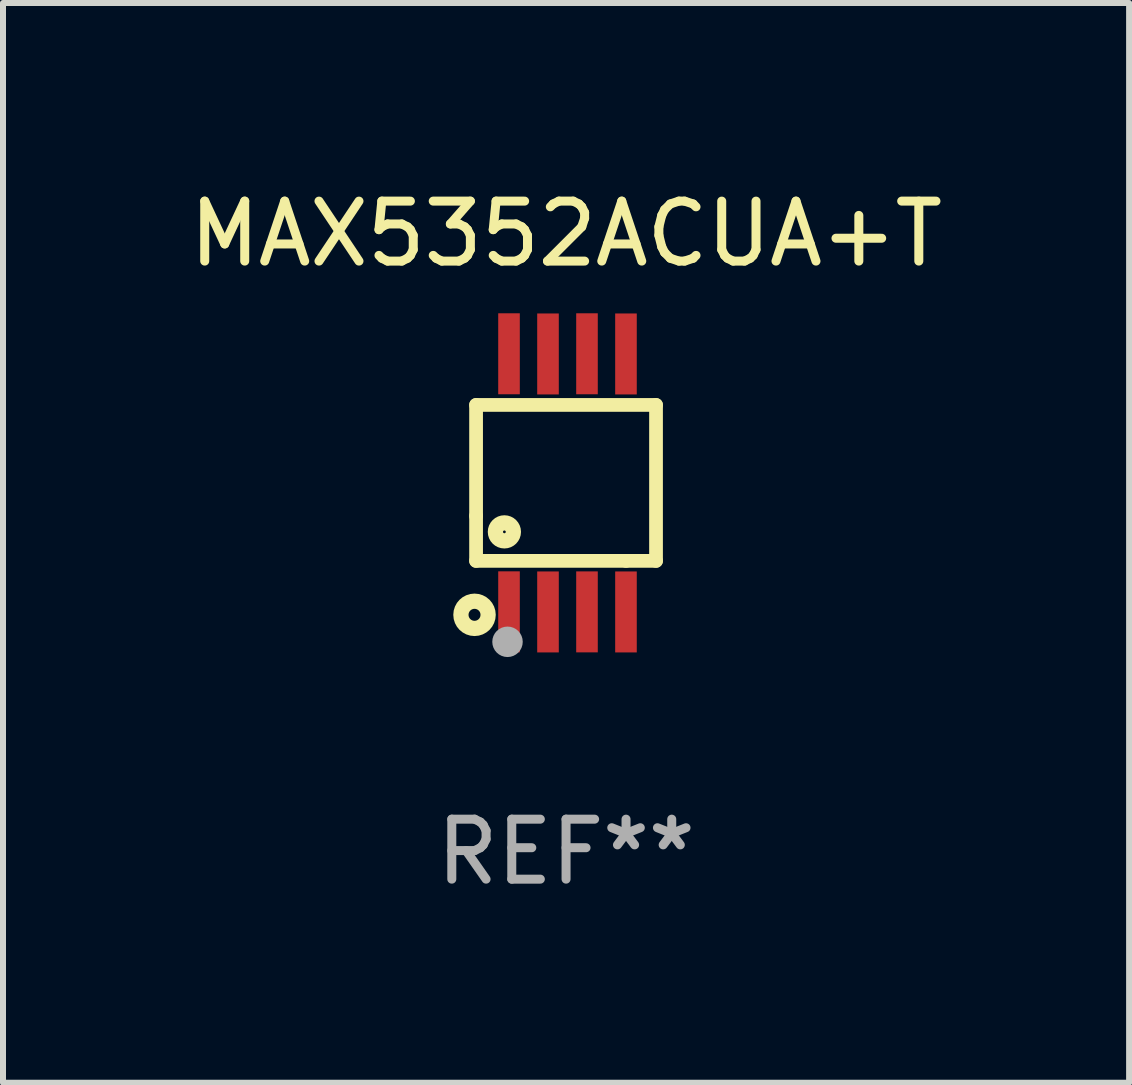
<source format=kicad_pcb>
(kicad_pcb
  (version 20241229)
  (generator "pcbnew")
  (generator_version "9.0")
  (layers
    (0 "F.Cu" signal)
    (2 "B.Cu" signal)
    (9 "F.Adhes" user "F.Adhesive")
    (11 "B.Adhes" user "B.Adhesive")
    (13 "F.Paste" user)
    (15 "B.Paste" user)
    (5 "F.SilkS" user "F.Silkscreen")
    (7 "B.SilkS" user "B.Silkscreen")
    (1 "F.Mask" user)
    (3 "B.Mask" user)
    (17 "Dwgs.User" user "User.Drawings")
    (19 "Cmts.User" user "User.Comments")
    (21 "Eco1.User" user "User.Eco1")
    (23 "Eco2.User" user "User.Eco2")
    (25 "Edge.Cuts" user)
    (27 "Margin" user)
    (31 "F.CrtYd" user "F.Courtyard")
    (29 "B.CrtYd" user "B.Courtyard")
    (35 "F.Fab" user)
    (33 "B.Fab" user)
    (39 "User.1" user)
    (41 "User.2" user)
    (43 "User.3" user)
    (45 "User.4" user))
  (footprint "MAX5352ACUA+T"
    (layer "F.Cu")
    (at 6.387 5)
    (property "Reference" "MAX5352ACUA+T" (at 0 -4.152 0) (layer "F.SilkS") (effects (font (size 1 1) (thickness 0.15))))
    (attr through_hole)
    (fp_line (start -1.5 1.301) (end 1 1.301) (stroke (width 0.229) (type solid)) (layer "F.SilkS"))
    (fp_line (start -1.5 -1.299) (end -1.5 0.551) (stroke (width 0.229) (type solid)) (layer "F.SilkS"))
    (fp_line (start -1.5 0.551) (end -1.5 1.301) (stroke (width 0.229) (type solid)) (layer "F.SilkS"))
    (fp_line (start 1 1.301) (end 1.5 1.301) (stroke (width 0.229) (type solid)) (layer "F.SilkS"))
    (fp_line (start 1.5 1.301) (end 1.5 -1.299) (stroke (width 0.229) (type solid)) (layer "F.SilkS"))
    (fp_line (start 1.5 -1.299) (end -1.5 -1.299) (stroke (width 0.229) (type solid)) (layer "F.SilkS"))
    (fp_circle (center -1.526 2.2) (end -1.426 2.2) (stroke (width 0.254) (type solid)) (fill no) (layer "F.SilkS"))
    (fp_circle (center -1.476 2.45) (end -1.446 2.45) (stroke (width 0.06) (type solid)) (fill no) (layer "F.SilkS"))
    (fp_circle (center -1.028 0.817) (end -0.878 0.817) (stroke (width 0.254) (type solid)) (fill no) (layer "F.SilkS"))
    (fp_circle (center -0.976 2.65) (end -0.849 2.65) (stroke (width 0.254) (type solid)) (fill no) (layer "F.Fab"))
    (fp_text user "REF**" (at 0 6.152 0) (layer "F.Fab") (effects (font (size 1 1) (thickness 0.15))))
    (pad "1" smd rect (at -0.951 2.15) (size 0.36 1.35) (layers "F.Cu" "F.Mask" "F.Paste"))
    (pad "2" smd rect (at -0.301 2.152) (size 0.36 1.35) (layers "F.Cu" "F.Mask" "F.Paste"))
    (pad "3" smd rect (at 0.349 2.151) (size 0.36 1.35) (layers "F.Cu" "F.Mask" "F.Paste"))
    (pad "4" smd rect (at 0.999 2.152) (size 0.36 1.35) (layers "F.Cu" "F.Mask" "F.Paste"))
    (pad "5" smd rect (at 0.999 -2.149) (size 0.36 1.35) (layers "F.Cu" "F.Mask" "F.Paste"))
    (pad "6" smd rect (at 0.349 -2.152) (size 0.36 1.35) (layers "F.Cu" "F.Mask" "F.Paste"))
    (pad "7" smd rect (at -0.301 -2.149) (size 0.36 1.35) (layers "F.Cu" "F.Mask" "F.Paste"))
    (pad "8" smd rect (at -0.951 -2.152) (size 0.36 1.35) (layers "F.Cu" "F.Mask" "F.Paste")))
  (gr_rect
    (start -3 -3)
    (end 15.774 15.001)
    (stroke (width 0.1) (type default))
    (fill no)
    (layer "Edge.Cuts")))
</source>
